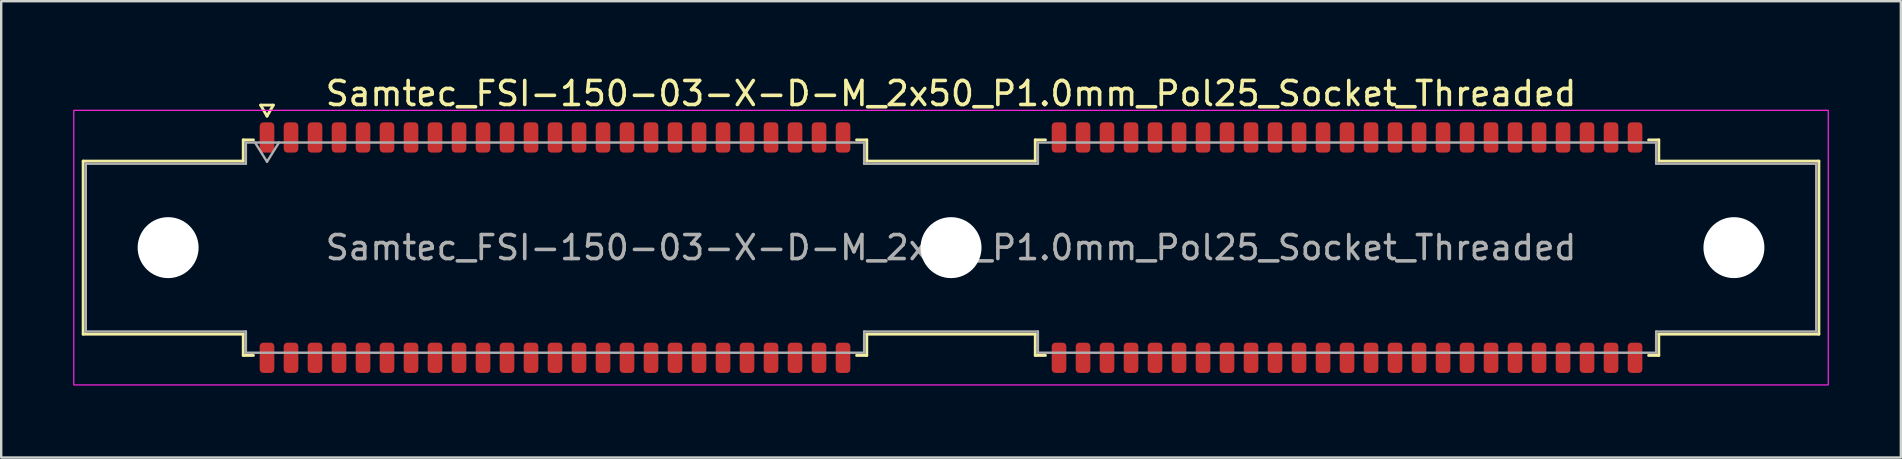
<source format=kicad_pcb>
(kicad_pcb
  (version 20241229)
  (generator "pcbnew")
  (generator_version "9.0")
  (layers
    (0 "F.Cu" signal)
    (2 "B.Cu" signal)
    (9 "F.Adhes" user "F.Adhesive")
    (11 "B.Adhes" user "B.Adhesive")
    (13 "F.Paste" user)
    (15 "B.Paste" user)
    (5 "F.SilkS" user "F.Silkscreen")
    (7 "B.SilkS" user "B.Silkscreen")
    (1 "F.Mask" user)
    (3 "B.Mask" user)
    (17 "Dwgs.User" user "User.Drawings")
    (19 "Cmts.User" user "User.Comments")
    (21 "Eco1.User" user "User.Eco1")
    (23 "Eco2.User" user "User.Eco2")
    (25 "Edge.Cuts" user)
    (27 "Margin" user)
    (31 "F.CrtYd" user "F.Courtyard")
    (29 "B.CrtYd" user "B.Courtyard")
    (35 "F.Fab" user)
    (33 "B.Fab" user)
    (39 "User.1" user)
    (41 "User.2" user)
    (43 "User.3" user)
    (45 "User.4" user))
  (footprint "Samtec_FSI-150-03-X-D-M_2x50_P1.0mm_Pol25_Socket_Threaded"
    (layer "F.Cu")
    (at 36.575 7.268)
    (property "Reference" "Samtec_FSI-150-03-X-D-M_2x50_P1.0mm_Pol25_Socket_Threaded" (at 0 -6.42 0) (layer "F.SilkS") (effects (font (size 1 1) (thickness 0.15))))
    (attr smd)
    (fp_line (start -36.16 -3.605) (end -29.49 -3.605) (stroke (width 0.12) (type solid)) (layer "F.SilkS"))
    (fp_line (start -36.16 3.605) (end -36.16 -3.605) (stroke (width 0.12) (type solid)) (layer "F.SilkS"))
    (fp_line (start -29.49 -4.49) (end -29.065 -4.49) (stroke (width 0.12) (type solid)) (layer "F.SilkS"))
    (fp_line (start -29.49 -3.605) (end -29.49 -4.49) (stroke (width 0.12) (type solid)) (layer "F.SilkS"))
    (fp_line (start -29.49 3.605) (end -36.16 3.605) (stroke (width 0.12) (type solid)) (layer "F.SilkS"))
    (fp_line (start -29.49 4.49) (end -29.49 3.605) (stroke (width 0.12) (type solid)) (layer "F.SilkS"))
    (fp_line (start -29.065 4.49) (end -29.49 4.49) (stroke (width 0.12) (type solid)) (layer "F.SilkS"))
    (fp_line (start -28.764 -5.938) (end -28.5 -5.48) (stroke (width 0.12) (type solid)) (layer "F.SilkS"))
    (fp_line (start -28.5 -5.48) (end -28.236 -5.938) (stroke (width 0.12) (type solid)) (layer "F.SilkS"))
    (fp_line (start -28.236 -5.938) (end -28.764 -5.938) (stroke (width 0.12) (type solid)) (layer "F.SilkS"))
    (fp_line (start -3.935 -4.49) (end -3.51 -4.49) (stroke (width 0.12) (type solid)) (layer "F.SilkS"))
    (fp_line (start -3.51 -4.49) (end -3.51 -3.605) (stroke (width 0.12) (type solid)) (layer "F.SilkS"))
    (fp_line (start -3.51 -3.605) (end 3.51 -3.605) (stroke (width 0.12) (type solid)) (layer "F.SilkS"))
    (fp_line (start -3.51 3.605) (end -3.51 4.49) (stroke (width 0.12) (type solid)) (layer "F.SilkS"))
    (fp_line (start -3.51 4.49) (end -3.935 4.49) (stroke (width 0.12) (type solid)) (layer "F.SilkS"))
    (fp_line (start 3.51 -4.49) (end 3.935 -4.49) (stroke (width 0.12) (type solid)) (layer "F.SilkS"))
    (fp_line (start 3.51 -3.605) (end 3.51 -4.49) (stroke (width 0.12) (type solid)) (layer "F.SilkS"))
    (fp_line (start 3.51 3.605) (end -3.51 3.605) (stroke (width 0.12) (type solid)) (layer "F.SilkS"))
    (fp_line (start 3.51 4.49) (end 3.51 3.605) (stroke (width 0.12) (type solid)) (layer "F.SilkS"))
    (fp_line (start 3.935 4.49) (end 3.51 4.49) (stroke (width 0.12) (type solid)) (layer "F.SilkS"))
    (fp_line (start 29.065 -4.49) (end 29.49 -4.49) (stroke (width 0.12) (type solid)) (layer "F.SilkS"))
    (fp_line (start 29.49 -4.49) (end 29.49 -3.605) (stroke (width 0.12) (type solid)) (layer "F.SilkS"))
    (fp_line (start 29.49 -3.605) (end 36.16 -3.605) (stroke (width 0.12) (type solid)) (layer "F.SilkS"))
    (fp_line (start 29.49 3.605) (end 29.49 4.49) (stroke (width 0.12) (type solid)) (layer "F.SilkS"))
    (fp_line (start 29.49 4.49) (end 29.065 4.49) (stroke (width 0.12) (type solid)) (layer "F.SilkS"))
    (fp_line (start 36.16 -3.605) (end 36.16 3.605) (stroke (width 0.12) (type solid)) (layer "F.SilkS"))
    (fp_line (start 36.16 3.605) (end 29.49 3.605) (stroke (width 0.12) (type solid)) (layer "F.SilkS"))
    (fp_rect (start -36.55 -5.72) (end 36.55 5.72) (stroke (width 0.05) (type solid)) (fill no) (layer "F.CrtYd"))
    (fp_line (start -36.05 -3.495) (end -29.38 -3.495) (stroke (width 0.1) (type solid)) (layer "F.Fab"))
    (fp_line (start -36.05 3.495) (end -36.05 -3.495) (stroke (width 0.1) (type solid)) (layer "F.Fab"))
    (fp_line (start -29.38 -4.38) (end -3.62 -4.38) (stroke (width 0.1) (type solid)) (layer "F.Fab"))
    (fp_line (start -29.38 -3.495) (end -29.38 -4.38) (stroke (width 0.1) (type solid)) (layer "F.Fab"))
    (fp_line (start -29.38 3.495) (end -36.05 3.495) (stroke (width 0.1) (type solid)) (layer "F.Fab"))
    (fp_line (start -29.38 4.38) (end -29.38 3.495) (stroke (width 0.1) (type solid)) (layer "F.Fab"))
    (fp_line (start -29 -4.38) (end -28.5 -3.58) (stroke (width 0.1) (type solid)) (layer "F.Fab"))
    (fp_line (start -28.5 -3.58) (end -28 -4.38) (stroke (width 0.1) (type solid)) (layer "F.Fab"))
    (fp_line (start -3.62 -4.38) (end -3.62 -3.495) (stroke (width 0.1) (type solid)) (layer "F.Fab"))
    (fp_line (start -3.62 -3.495) (end 3.62 -3.495) (stroke (width 0.1) (type solid)) (layer "F.Fab"))
    (fp_line (start -3.62 3.495) (end -3.62 4.38) (stroke (width 0.1) (type solid)) (layer "F.Fab"))
    (fp_line (start -3.62 4.38) (end -29.38 4.38) (stroke (width 0.1) (type solid)) (layer "F.Fab"))
    (fp_line (start 3.62 -4.38) (end 29.38 -4.38) (stroke (width 0.1) (type solid)) (layer "F.Fab"))
    (fp_line (start 3.62 -3.495) (end 3.62 -4.38) (stroke (width 0.1) (type solid)) (layer "F.Fab"))
    (fp_line (start 3.62 3.495) (end -3.62 3.495) (stroke (width 0.1) (type solid)) (layer "F.Fab"))
    (fp_line (start 3.62 4.38) (end 3.62 3.495) (stroke (width 0.1) (type solid)) (layer "F.Fab"))
    (fp_line (start 29.38 -4.38) (end 29.38 -3.495) (stroke (width 0.1) (type solid)) (layer "F.Fab"))
    (fp_line (start 29.38 -3.495) (end 36.05 -3.495) (stroke (width 0.1) (type solid)) (layer "F.Fab"))
    (fp_line (start 29.38 3.495) (end 29.38 4.38) (stroke (width 0.1) (type solid)) (layer "F.Fab"))
    (fp_line (start 29.38 4.38) (end 3.62 4.38) (stroke (width 0.1) (type solid)) (layer "F.Fab"))
    (fp_line (start 36.05 -3.495) (end 36.05 3.495) (stroke (width 0.1) (type solid)) (layer "F.Fab"))
    (fp_line (start 36.05 3.495) (end 29.38 3.495) (stroke (width 0.1) (type solid)) (layer "F.Fab"))
    (fp_text user "${REFERENCE}" (at 0 0 0) (layer "F.Fab") (effects (font (size 1 1) (thickness 0.15))))
    (pad "" np_thru_hole circle (at -32.62 0) (size 2.54 2.54) (drill 2.54) (layers "*.Cu" "*.Mask"))
    (pad "" np_thru_hole circle (at 0 0) (size 2.54 2.54) (drill 2.54) (layers "*.Cu" "*.Mask"))
    (pad "" np_thru_hole circle (at 32.62 0) (size 2.54 2.54) (drill 2.54) (layers "*.Cu" "*.Mask"))
    (pad "1" smd roundrect (at -28.5 -4.59) (size 0.61 1.26) (layers "F.Cu" "F.Mask" "F.Paste") (roundrect_rratio 0.25))
    (pad "2" smd roundrect (at -28.5 4.59) (size 0.61 1.26) (layers "F.Cu" "F.Mask" "F.Paste") (roundrect_rratio 0.25))
    (pad "3" smd roundrect (at -27.5 -4.59) (size 0.61 1.26) (layers "F.Cu" "F.Mask" "F.Paste") (roundrect_rratio 0.25))
    (pad "4" smd roundrect (at -27.5 4.59) (size 0.61 1.26) (layers "F.Cu" "F.Mask" "F.Paste") (roundrect_rratio 0.25))
    (pad "5" smd roundrect (at -26.5 -4.59) (size 0.61 1.26) (layers "F.Cu" "F.Mask" "F.Paste") (roundrect_rratio 0.25))
    (pad "6" smd roundrect (at -26.5 4.59) (size 0.61 1.26) (layers "F.Cu" "F.Mask" "F.Paste") (roundrect_rratio 0.25))
    (pad "7" smd roundrect (at -25.5 -4.59) (size 0.61 1.26) (layers "F.Cu" "F.Mask" "F.Paste") (roundrect_rratio 0.25))
    (pad "8" smd roundrect (at -25.5 4.59) (size 0.61 1.26) (layers "F.Cu" "F.Mask" "F.Paste") (roundrect_rratio 0.25))
    (pad "9" smd roundrect (at -24.5 -4.59) (size 0.61 1.26) (layers "F.Cu" "F.Mask" "F.Paste") (roundrect_rratio 0.25))
    (pad "10" smd roundrect (at -24.5 4.59) (size 0.61 1.26) (layers "F.Cu" "F.Mask" "F.Paste") (roundrect_rratio 0.25))
    (pad "11" smd roundrect (at -23.5 -4.59) (size 0.61 1.26) (layers "F.Cu" "F.Mask" "F.Paste") (roundrect_rratio 0.25))
    (pad "12" smd roundrect (at -23.5 4.59) (size 0.61 1.26) (layers "F.Cu" "F.Mask" "F.Paste") (roundrect_rratio 0.25))
    (pad "13" smd roundrect (at -22.5 -4.59) (size 0.61 1.26) (layers "F.Cu" "F.Mask" "F.Paste") (roundrect_rratio 0.25))
    (pad "14" smd roundrect (at -22.5 4.59) (size 0.61 1.26) (layers "F.Cu" "F.Mask" "F.Paste") (roundrect_rratio 0.25))
    (pad "15" smd roundrect (at -21.5 -4.59) (size 0.61 1.26) (layers "F.Cu" "F.Mask" "F.Paste") (roundrect_rratio 0.25))
    (pad "16" smd roundrect (at -21.5 4.59) (size 0.61 1.26) (layers "F.Cu" "F.Mask" "F.Paste") (roundrect_rratio 0.25))
    (pad "17" smd roundrect (at -20.5 -4.59) (size 0.61 1.26) (layers "F.Cu" "F.Mask" "F.Paste") (roundrect_rratio 0.25))
    (pad "18" smd roundrect (at -20.5 4.59) (size 0.61 1.26) (layers "F.Cu" "F.Mask" "F.Paste") (roundrect_rratio 0.25))
    (pad "19" smd roundrect (at -19.5 -4.59) (size 0.61 1.26) (layers "F.Cu" "F.Mask" "F.Paste") (roundrect_rratio 0.25))
    (pad "20" smd roundrect (at -19.5 4.59) (size 0.61 1.26) (layers "F.Cu" "F.Mask" "F.Paste") (roundrect_rratio 0.25))
    (pad "21" smd roundrect (at -18.5 -4.59) (size 0.61 1.26) (layers "F.Cu" "F.Mask" "F.Paste") (roundrect_rratio 0.25))
    (pad "22" smd roundrect (at -18.5 4.59) (size 0.61 1.26) (layers "F.Cu" "F.Mask" "F.Paste") (roundrect_rratio 0.25))
    (pad "23" smd roundrect (at -17.5 -4.59) (size 0.61 1.26) (layers "F.Cu" "F.Mask" "F.Paste") (roundrect_rratio 0.25))
    (pad "24" smd roundrect (at -17.5 4.59) (size 0.61 1.26) (layers "F.Cu" "F.Mask" "F.Paste") (roundrect_rratio 0.25))
    (pad "25" smd roundrect (at -16.5 -4.59) (size 0.61 1.26) (layers "F.Cu" "F.Mask" "F.Paste") (roundrect_rratio 0.25))
    (pad "26" smd roundrect (at -16.5 4.59) (size 0.61 1.26) (layers "F.Cu" "F.Mask" "F.Paste") (roundrect_rratio 0.25))
    (pad "27" smd roundrect (at -15.5 -4.59) (size 0.61 1.26) (layers "F.Cu" "F.Mask" "F.Paste") (roundrect_rratio 0.25))
    (pad "28" smd roundrect (at -15.5 4.59) (size 0.61 1.26) (layers "F.Cu" "F.Mask" "F.Paste") (roundrect_rratio 0.25))
    (pad "29" smd roundrect (at -14.5 -4.59) (size 0.61 1.26) (layers "F.Cu" "F.Mask" "F.Paste") (roundrect_rratio 0.25))
    (pad "30" smd roundrect (at -14.5 4.59) (size 0.61 1.26) (layers "F.Cu" "F.Mask" "F.Paste") (roundrect_rratio 0.25))
    (pad "31" smd roundrect (at -13.5 -4.59) (size 0.61 1.26) (layers "F.Cu" "F.Mask" "F.Paste") (roundrect_rratio 0.25))
    (pad "32" smd roundrect (at -13.5 4.59) (size 0.61 1.26) (layers "F.Cu" "F.Mask" "F.Paste") (roundrect_rratio 0.25))
    (pad "33" smd roundrect (at -12.5 -4.59) (size 0.61 1.26) (layers "F.Cu" "F.Mask" "F.Paste") (roundrect_rratio 0.25))
    (pad "34" smd roundrect (at -12.5 4.59) (size 0.61 1.26) (layers "F.Cu" "F.Mask" "F.Paste") (roundrect_rratio 0.25))
    (pad "35" smd roundrect (at -11.5 -4.59) (size 0.61 1.26) (layers "F.Cu" "F.Mask" "F.Paste") (roundrect_rratio 0.25))
    (pad "36" smd roundrect (at -11.5 4.59) (size 0.61 1.26) (layers "F.Cu" "F.Mask" "F.Paste") (roundrect_rratio 0.25))
    (pad "37" smd roundrect (at -10.5 -4.59) (size 0.61 1.26) (layers "F.Cu" "F.Mask" "F.Paste") (roundrect_rratio 0.25))
    (pad "38" smd roundrect (at -10.5 4.59) (size 0.61 1.26) (layers "F.Cu" "F.Mask" "F.Paste") (roundrect_rratio 0.25))
    (pad "39" smd roundrect (at -9.5 -4.59) (size 0.61 1.26) (layers "F.Cu" "F.Mask" "F.Paste") (roundrect_rratio 0.25))
    (pad "40" smd roundrect (at -9.5 4.59) (size 0.61 1.26) (layers "F.Cu" "F.Mask" "F.Paste") (roundrect_rratio 0.25))
    (pad "41" smd roundrect (at -8.5 -4.59) (size 0.61 1.26) (layers "F.Cu" "F.Mask" "F.Paste") (roundrect_rratio 0.25))
    (pad "42" smd roundrect (at -8.5 4.59) (size 0.61 1.26) (layers "F.Cu" "F.Mask" "F.Paste") (roundrect_rratio 0.25))
    (pad "43" smd roundrect (at -7.5 -4.59) (size 0.61 1.26) (layers "F.Cu" "F.Mask" "F.Paste") (roundrect_rratio 0.25))
    (pad "44" smd roundrect (at -7.5 4.59) (size 0.61 1.26) (layers "F.Cu" "F.Mask" "F.Paste") (roundrect_rratio 0.25))
    (pad "45" smd roundrect (at -6.5 -4.59) (size 0.61 1.26) (layers "F.Cu" "F.Mask" "F.Paste") (roundrect_rratio 0.25))
    (pad "46" smd roundrect (at -6.5 4.59) (size 0.61 1.26) (layers "F.Cu" "F.Mask" "F.Paste") (roundrect_rratio 0.25))
    (pad "47" smd roundrect (at -5.5 -4.59) (size 0.61 1.26) (layers "F.Cu" "F.Mask" "F.Paste") (roundrect_rratio 0.25))
    (pad "48" smd roundrect (at -5.5 4.59) (size 0.61 1.26) (layers "F.Cu" "F.Mask" "F.Paste") (roundrect_rratio 0.25))
    (pad "49" smd roundrect (at -4.5 -4.59) (size 0.61 1.26) (layers "F.Cu" "F.Mask" "F.Paste") (roundrect_rratio 0.25))
    (pad "50" smd roundrect (at -4.5 4.59) (size 0.61 1.26) (layers "F.Cu" "F.Mask" "F.Paste") (roundrect_rratio 0.25))
    (pad "51" smd roundrect (at 4.5 -4.59) (size 0.61 1.26) (layers "F.Cu" "F.Mask" "F.Paste") (roundrect_rratio 0.25))
    (pad "52" smd roundrect (at 4.5 4.59) (size 0.61 1.26) (layers "F.Cu" "F.Mask" "F.Paste") (roundrect_rratio 0.25))
    (pad "53" smd roundrect (at 5.5 -4.59) (size 0.61 1.26) (layers "F.Cu" "F.Mask" "F.Paste") (roundrect_rratio 0.25))
    (pad "54" smd roundrect (at 5.5 4.59) (size 0.61 1.26) (layers "F.Cu" "F.Mask" "F.Paste") (roundrect_rratio 0.25))
    (pad "55" smd roundrect (at 6.5 -4.59) (size 0.61 1.26) (layers "F.Cu" "F.Mask" "F.Paste") (roundrect_rratio 0.25))
    (pad "56" smd roundrect (at 6.5 4.59) (size 0.61 1.26) (layers "F.Cu" "F.Mask" "F.Paste") (roundrect_rratio 0.25))
    (pad "57" smd roundrect (at 7.5 -4.59) (size 0.61 1.26) (layers "F.Cu" "F.Mask" "F.Paste") (roundrect_rratio 0.25))
    (pad "58" smd roundrect (at 7.5 4.59) (size 0.61 1.26) (layers "F.Cu" "F.Mask" "F.Paste") (roundrect_rratio 0.25))
    (pad "59" smd roundrect (at 8.5 -4.59) (size 0.61 1.26) (layers "F.Cu" "F.Mask" "F.Paste") (roundrect_rratio 0.25))
    (pad "60" smd roundrect (at 8.5 4.59) (size 0.61 1.26) (layers "F.Cu" "F.Mask" "F.Paste") (roundrect_rratio 0.25))
    (pad "61" smd roundrect (at 9.5 -4.59) (size 0.61 1.26) (layers "F.Cu" "F.Mask" "F.Paste") (roundrect_rratio 0.25))
    (pad "62" smd roundrect (at 9.5 4.59) (size 0.61 1.26) (layers "F.Cu" "F.Mask" "F.Paste") (roundrect_rratio 0.25))
    (pad "63" smd roundrect (at 10.5 -4.59) (size 0.61 1.26) (layers "F.Cu" "F.Mask" "F.Paste") (roundrect_rratio 0.25))
    (pad "64" smd roundrect (at 10.5 4.59) (size 0.61 1.26) (layers "F.Cu" "F.Mask" "F.Paste") (roundrect_rratio 0.25))
    (pad "65" smd roundrect (at 11.5 -4.59) (size 0.61 1.26) (layers "F.Cu" "F.Mask" "F.Paste") (roundrect_rratio 0.25))
    (pad "66" smd roundrect (at 11.5 4.59) (size 0.61 1.26) (layers "F.Cu" "F.Mask" "F.Paste") (roundrect_rratio 0.25))
    (pad "67" smd roundrect (at 12.5 -4.59) (size 0.61 1.26) (layers "F.Cu" "F.Mask" "F.Paste") (roundrect_rratio 0.25))
    (pad "68" smd roundrect (at 12.5 4.59) (size 0.61 1.26) (layers "F.Cu" "F.Mask" "F.Paste") (roundrect_rratio 0.25))
    (pad "69" smd roundrect (at 13.5 -4.59) (size 0.61 1.26) (layers "F.Cu" "F.Mask" "F.Paste") (roundrect_rratio 0.25))
    (pad "70" smd roundrect (at 13.5 4.59) (size 0.61 1.26) (layers "F.Cu" "F.Mask" "F.Paste") (roundrect_rratio 0.25))
    (pad "71" smd roundrect (at 14.5 -4.59) (size 0.61 1.26) (layers "F.Cu" "F.Mask" "F.Paste") (roundrect_rratio 0.25))
    (pad "72" smd roundrect (at 14.5 4.59) (size 0.61 1.26) (layers "F.Cu" "F.Mask" "F.Paste") (roundrect_rratio 0.25))
    (pad "73" smd roundrect (at 15.5 -4.59) (size 0.61 1.26) (layers "F.Cu" "F.Mask" "F.Paste") (roundrect_rratio 0.25))
    (pad "74" smd roundrect (at 15.5 4.59) (size 0.61 1.26) (layers "F.Cu" "F.Mask" "F.Paste") (roundrect_rratio 0.25))
    (pad "75" smd roundrect (at 16.5 -4.59) (size 0.61 1.26) (layers "F.Cu" "F.Mask" "F.Paste") (roundrect_rratio 0.25))
    (pad "76" smd roundrect (at 16.5 4.59) (size 0.61 1.26) (layers "F.Cu" "F.Mask" "F.Paste") (roundrect_rratio 0.25))
    (pad "77" smd roundrect (at 17.5 -4.59) (size 0.61 1.26) (layers "F.Cu" "F.Mask" "F.Paste") (roundrect_rratio 0.25))
    (pad "78" smd roundrect (at 17.5 4.59) (size 0.61 1.26) (layers "F.Cu" "F.Mask" "F.Paste") (roundrect_rratio 0.25))
    (pad "79" smd roundrect (at 18.5 -4.59) (size 0.61 1.26) (layers "F.Cu" "F.Mask" "F.Paste") (roundrect_rratio 0.25))
    (pad "80" smd roundrect (at 18.5 4.59) (size 0.61 1.26) (layers "F.Cu" "F.Mask" "F.Paste") (roundrect_rratio 0.25))
    (pad "81" smd roundrect (at 19.5 -4.59) (size 0.61 1.26) (layers "F.Cu" "F.Mask" "F.Paste") (roundrect_rratio 0.25))
    (pad "82" smd roundrect (at 19.5 4.59) (size 0.61 1.26) (layers "F.Cu" "F.Mask" "F.Paste") (roundrect_rratio 0.25))
    (pad "83" smd roundrect (at 20.5 -4.59) (size 0.61 1.26) (layers "F.Cu" "F.Mask" "F.Paste") (roundrect_rratio 0.25))
    (pad "84" smd roundrect (at 20.5 4.59) (size 0.61 1.26) (layers "F.Cu" "F.Mask" "F.Paste") (roundrect_rratio 0.25))
    (pad "85" smd roundrect (at 21.5 -4.59) (size 0.61 1.26) (layers "F.Cu" "F.Mask" "F.Paste") (roundrect_rratio 0.25))
    (pad "86" smd roundrect (at 21.5 4.59) (size 0.61 1.26) (layers "F.Cu" "F.Mask" "F.Paste") (roundrect_rratio 0.25))
    (pad "87" smd roundrect (at 22.5 -4.59) (size 0.61 1.26) (layers "F.Cu" "F.Mask" "F.Paste") (roundrect_rratio 0.25))
    (pad "88" smd roundrect (at 22.5 4.59) (size 0.61 1.26) (layers "F.Cu" "F.Mask" "F.Paste") (roundrect_rratio 0.25))
    (pad "89" smd roundrect (at 23.5 -4.59) (size 0.61 1.26) (layers "F.Cu" "F.Mask" "F.Paste") (roundrect_rratio 0.25))
    (pad "90" smd roundrect (at 23.5 4.59) (size 0.61 1.26) (layers "F.Cu" "F.Mask" "F.Paste") (roundrect_rratio 0.25))
    (pad "91" smd roundrect (at 24.5 -4.59) (size 0.61 1.26) (layers "F.Cu" "F.Mask" "F.Paste") (roundrect_rratio 0.25))
    (pad "92" smd roundrect (at 24.5 4.59) (size 0.61 1.26) (layers "F.Cu" "F.Mask" "F.Paste") (roundrect_rratio 0.25))
    (pad "93" smd roundrect (at 25.5 -4.59) (size 0.61 1.26) (layers "F.Cu" "F.Mask" "F.Paste") (roundrect_rratio 0.25))
    (pad "94" smd roundrect (at 25.5 4.59) (size 0.61 1.26) (layers "F.Cu" "F.Mask" "F.Paste") (roundrect_rratio 0.25))
    (pad "95" smd roundrect (at 26.5 -4.59) (size 0.61 1.26) (layers "F.Cu" "F.Mask" "F.Paste") (roundrect_rratio 0.25))
    (pad "96" smd roundrect (at 26.5 4.59) (size 0.61 1.26) (layers "F.Cu" "F.Mask" "F.Paste") (roundrect_rratio 0.25))
    (pad "97" smd roundrect (at 27.5 -4.59) (size 0.61 1.26) (layers "F.Cu" "F.Mask" "F.Paste") (roundrect_rratio 0.25))
    (pad "98" smd roundrect (at 27.5 4.59) (size 0.61 1.26) (layers "F.Cu" "F.Mask" "F.Paste") (roundrect_rratio 0.25))
    (pad "99" smd roundrect (at 28.5 -4.59) (size 0.61 1.26) (layers "F.Cu" "F.Mask" "F.Paste") (roundrect_rratio 0.25))
    (pad "100" smd roundrect (at 28.5 4.59) (size 0.61 1.26) (layers "F.Cu" "F.Mask" "F.Paste") (roundrect_rratio 0.25)))
  (gr_rect
    (start -3 -3)
    (end 76.15 16.013)
    (stroke (width 0.1) (type default))
    (fill no)
    (layer "Edge.Cuts")))
</source>
